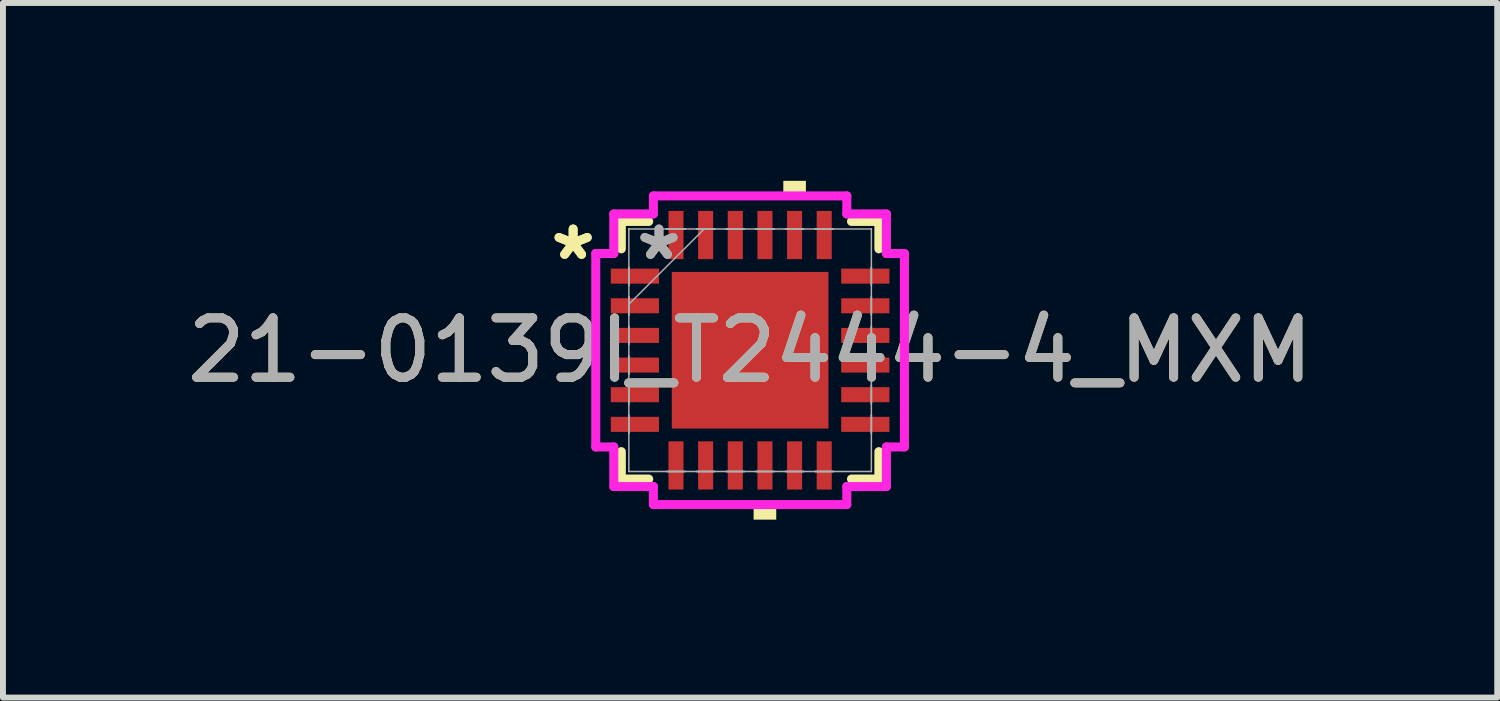
<source format=kicad_pcb>
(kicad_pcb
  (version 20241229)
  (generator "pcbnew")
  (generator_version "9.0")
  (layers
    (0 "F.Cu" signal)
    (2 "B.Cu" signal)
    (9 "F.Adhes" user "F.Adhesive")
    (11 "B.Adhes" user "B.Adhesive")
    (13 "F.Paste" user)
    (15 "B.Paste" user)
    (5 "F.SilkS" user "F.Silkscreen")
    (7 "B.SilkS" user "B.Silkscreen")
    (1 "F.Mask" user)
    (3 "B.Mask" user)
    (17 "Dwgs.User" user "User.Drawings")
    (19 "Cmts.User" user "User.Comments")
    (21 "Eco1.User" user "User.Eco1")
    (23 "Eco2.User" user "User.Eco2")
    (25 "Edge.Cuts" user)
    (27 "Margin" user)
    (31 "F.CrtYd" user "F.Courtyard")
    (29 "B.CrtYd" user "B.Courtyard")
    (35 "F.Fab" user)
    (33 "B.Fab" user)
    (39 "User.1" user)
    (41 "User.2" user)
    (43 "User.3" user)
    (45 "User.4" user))
  (footprint "21-0139I_T2444-4_MXM"
    (layer "F.Cu")
    (at 9.601 2.857)
    (property "Reference" "21-0139I_T2444-4_MXM" (at 0 0 0) (unlocked yes) (layer "F.SilkS") (effects (font (size 1 1) (thickness 0.15))))
    (attr smd)
    (fp_line (start -2.172 -2.172) (end -2.172 -1.71) (stroke (width 0.152) (type solid)) (layer "F.SilkS"))
    (fp_line (start -2.172 1.71) (end -2.172 2.172) (stroke (width 0.152) (type solid)) (layer "F.SilkS"))
    (fp_line (start -2.172 2.172) (end -1.71 2.172) (stroke (width 0.152) (type solid)) (layer "F.SilkS"))
    (fp_line (start -1.71 -2.172) (end -2.172 -2.172) (stroke (width 0.152) (type solid)) (layer "F.SilkS"))
    (fp_line (start 1.71 2.172) (end 2.172 2.172) (stroke (width 0.152) (type solid)) (layer "F.SilkS"))
    (fp_line (start 2.172 -2.172) (end 1.71 -2.172) (stroke (width 0.152) (type solid)) (layer "F.SilkS"))
    (fp_line (start 2.172 -1.71) (end 2.172 -2.172) (stroke (width 0.152) (type solid)) (layer "F.SilkS"))
    (fp_line (start 2.172 2.172) (end 2.172 1.71) (stroke (width 0.152) (type solid)) (layer "F.SilkS"))
    (fp_poly (pts (xy 0.059 2.603) (xy 0.059 2.857) (xy 0.441 2.857) (xy 0.441 2.603)) (stroke (width 0) (type solid)) (fill yes) (layer "F.SilkS"))
    (fp_poly (pts (xy 0.56 -2.603) (xy 0.56 -2.857) (xy 0.941 -2.857) (xy 0.941 -2.603)) (stroke (width 0) (type solid)) (fill yes) (layer "F.SilkS"))
    (fp_poly (pts (xy -1.221 -1.221) (xy -1.221 -0.1) (xy -0.1 -0.1) (xy -0.1 -1.221)) (stroke (width 0) (type solid)) (fill yes) (layer "F.Paste"))
    (fp_poly (pts (xy -1.221 0.1) (xy -1.221 1.221) (xy -0.1 1.221) (xy -0.1 0.1)) (stroke (width 0) (type solid)) (fill yes) (layer "F.Paste"))
    (fp_poly (pts (xy 0.1 -1.221) (xy 0.1 -0.1) (xy 1.221 -0.1) (xy 1.221 -1.221)) (stroke (width 0) (type solid)) (fill yes) (layer "F.Paste"))
    (fp_poly (pts (xy 0.1 0.1) (xy 0.1 1.221) (xy 1.221 1.221) (xy 1.221 0.1)) (stroke (width 0) (type solid)) (fill yes) (layer "F.Paste"))
    (fp_line (start -2.603 -1.631) (end -2.299 -1.631) (stroke (width 0.152) (type solid)) (layer "F.CrtYd"))
    (fp_line (start -2.603 1.631) (end -2.603 -1.631) (stroke (width 0.152) (type solid)) (layer "F.CrtYd"))
    (fp_line (start -2.299 -2.299) (end -1.631 -2.299) (stroke (width 0.152) (type solid)) (layer "F.CrtYd"))
    (fp_line (start -2.299 -1.631) (end -2.299 -2.299) (stroke (width 0.152) (type solid)) (layer "F.CrtYd"))
    (fp_line (start -2.299 1.631) (end -2.603 1.631) (stroke (width 0.152) (type solid)) (layer "F.CrtYd"))
    (fp_line (start -2.299 2.299) (end -2.299 1.631) (stroke (width 0.152) (type solid)) (layer "F.CrtYd"))
    (fp_line (start -1.631 -2.603) (end 1.631 -2.603) (stroke (width 0.152) (type solid)) (layer "F.CrtYd"))
    (fp_line (start -1.631 -2.299) (end -1.631 -2.603) (stroke (width 0.152) (type solid)) (layer "F.CrtYd"))
    (fp_line (start -1.631 2.299) (end -2.299 2.299) (stroke (width 0.152) (type solid)) (layer "F.CrtYd"))
    (fp_line (start -1.631 2.603) (end -1.631 2.299) (stroke (width 0.152) (type solid)) (layer "F.CrtYd"))
    (fp_line (start 1.631 -2.603) (end 1.631 -2.299) (stroke (width 0.152) (type solid)) (layer "F.CrtYd"))
    (fp_line (start 1.631 -2.299) (end 2.299 -2.299) (stroke (width 0.152) (type solid)) (layer "F.CrtYd"))
    (fp_line (start 1.631 2.299) (end 1.631 2.603) (stroke (width 0.152) (type solid)) (layer "F.CrtYd"))
    (fp_line (start 1.631 2.603) (end -1.631 2.603) (stroke (width 0.152) (type solid)) (layer "F.CrtYd"))
    (fp_line (start 2.299 -2.299) (end 2.299 -1.631) (stroke (width 0.152) (type solid)) (layer "F.CrtYd"))
    (fp_line (start 2.299 -1.631) (end 2.603 -1.631) (stroke (width 0.152) (type solid)) (layer "F.CrtYd"))
    (fp_line (start 2.299 1.631) (end 2.299 2.299) (stroke (width 0.152) (type solid)) (layer "F.CrtYd"))
    (fp_line (start 2.299 2.299) (end 1.631 2.299) (stroke (width 0.152) (type solid)) (layer "F.CrtYd"))
    (fp_line (start 2.603 -1.631) (end 2.603 1.631) (stroke (width 0.152) (type solid)) (layer "F.CrtYd"))
    (fp_line (start 2.603 1.631) (end 2.299 1.631) (stroke (width 0.152) (type solid)) (layer "F.CrtYd"))
    (fp_line (start -2.045 -2.045) (end -2.045 -2.045) (stroke (width 0.025) (type solid)) (layer "F.Fab"))
    (fp_line (start -2.045 -2.045) (end -2.045 2.045) (stroke (width 0.025) (type solid)) (layer "F.Fab"))
    (fp_line (start -2.045 -1.402) (end -2.045 -1.402) (stroke (width 0.025) (type solid)) (layer "F.Fab"))
    (fp_line (start -2.045 -1.402) (end -2.045 -1.098) (stroke (width 0.025) (type solid)) (layer "F.Fab"))
    (fp_line (start -2.045 -1.098) (end -2.045 -1.402) (stroke (width 0.025) (type solid)) (layer "F.Fab"))
    (fp_line (start -2.045 -1.098) (end -2.045 -1.098) (stroke (width 0.025) (type solid)) (layer "F.Fab"))
    (fp_line (start -2.045 -0.902) (end -2.045 -0.902) (stroke (width 0.025) (type solid)) (layer "F.Fab"))
    (fp_line (start -2.045 -0.902) (end -2.045 -0.598) (stroke (width 0.025) (type solid)) (layer "F.Fab"))
    (fp_line (start -2.045 -0.775) (end -0.775 -2.045) (stroke (width 0.025) (type solid)) (layer "F.Fab"))
    (fp_line (start -2.045 -0.598) (end -2.045 -0.902) (stroke (width 0.025) (type solid)) (layer "F.Fab"))
    (fp_line (start -2.045 -0.598) (end -2.045 -0.598) (stroke (width 0.025) (type solid)) (layer "F.Fab"))
    (fp_line (start -2.045 -0.402) (end -2.045 -0.402) (stroke (width 0.025) (type solid)) (layer "F.Fab"))
    (fp_line (start -2.045 -0.402) (end -2.045 -0.098) (stroke (width 0.025) (type solid)) (layer "F.Fab"))
    (fp_line (start -2.045 -0.098) (end -2.045 -0.402) (stroke (width 0.025) (type solid)) (layer "F.Fab"))
    (fp_line (start -2.045 -0.098) (end -2.045 -0.098) (stroke (width 0.025) (type solid)) (layer "F.Fab"))
    (fp_line (start -2.045 0.098) (end -2.045 0.098) (stroke (width 0.025) (type solid)) (layer "F.Fab"))
    (fp_line (start -2.045 0.098) (end -2.045 0.402) (stroke (width 0.025) (type solid)) (layer "F.Fab"))
    (fp_line (start -2.045 0.402) (end -2.045 0.098) (stroke (width 0.025) (type solid)) (layer "F.Fab"))
    (fp_line (start -2.045 0.402) (end -2.045 0.402) (stroke (width 0.025) (type solid)) (layer "F.Fab"))
    (fp_line (start -2.045 0.598) (end -2.045 0.598) (stroke (width 0.025) (type solid)) (layer "F.Fab"))
    (fp_line (start -2.045 0.598) (end -2.045 0.902) (stroke (width 0.025) (type solid)) (layer "F.Fab"))
    (fp_line (start -2.045 0.902) (end -2.045 0.598) (stroke (width 0.025) (type solid)) (layer "F.Fab"))
    (fp_line (start -2.045 0.902) (end -2.045 0.902) (stroke (width 0.025) (type solid)) (layer "F.Fab"))
    (fp_line (start -2.045 1.098) (end -2.045 1.098) (stroke (width 0.025) (type solid)) (layer "F.Fab"))
    (fp_line (start -2.045 1.098) (end -2.045 1.402) (stroke (width 0.025) (type solid)) (layer "F.Fab"))
    (fp_line (start -2.045 1.402) (end -2.045 1.098) (stroke (width 0.025) (type solid)) (layer "F.Fab"))
    (fp_line (start -2.045 1.402) (end -2.045 1.402) (stroke (width 0.025) (type solid)) (layer "F.Fab"))
    (fp_line (start -2.045 2.045) (end -2.045 2.045) (stroke (width 0.025) (type solid)) (layer "F.Fab"))
    (fp_line (start -2.045 2.045) (end 2.045 2.045) (stroke (width 0.025) (type solid)) (layer "F.Fab"))
    (fp_line (start -1.402 -2.045) (end -1.402 -2.045) (stroke (width 0.025) (type solid)) (layer "F.Fab"))
    (fp_line (start -1.402 -2.045) (end -1.098 -2.045) (stroke (width 0.025) (type solid)) (layer "F.Fab"))
    (fp_line (start -1.402 2.045) (end -1.402 2.045) (stroke (width 0.025) (type solid)) (layer "F.Fab"))
    (fp_line (start -1.402 2.045) (end -1.098 2.045) (stroke (width 0.025) (type solid)) (layer "F.Fab"))
    (fp_line (start -1.098 -2.045) (end -1.402 -2.045) (stroke (width 0.025) (type solid)) (layer "F.Fab"))
    (fp_line (start -1.098 -2.045) (end -1.098 -2.045) (stroke (width 0.025) (type solid)) (layer "F.Fab"))
    (fp_line (start -1.098 2.045) (end -1.402 2.045) (stroke (width 0.025) (type solid)) (layer "F.Fab"))
    (fp_line (start -1.098 2.045) (end -1.098 2.045) (stroke (width 0.025) (type solid)) (layer "F.Fab"))
    (fp_line (start -0.902 -2.045) (end -0.902 -2.045) (stroke (width 0.025) (type solid)) (layer "F.Fab"))
    (fp_line (start -0.902 -2.045) (end -0.598 -2.045) (stroke (width 0.025) (type solid)) (layer "F.Fab"))
    (fp_line (start -0.902 2.045) (end -0.902 2.045) (stroke (width 0.025) (type solid)) (layer "F.Fab"))
    (fp_line (start -0.902 2.045) (end -0.598 2.045) (stroke (width 0.025) (type solid)) (layer "F.Fab"))
    (fp_line (start -0.598 -2.045) (end -0.902 -2.045) (stroke (width 0.025) (type solid)) (layer "F.Fab"))
    (fp_line (start -0.598 -2.045) (end -0.598 -2.045) (stroke (width 0.025) (type solid)) (layer "F.Fab"))
    (fp_line (start -0.598 2.045) (end -0.902 2.045) (stroke (width 0.025) (type solid)) (layer "F.Fab"))
    (fp_line (start -0.598 2.045) (end -0.598 2.045) (stroke (width 0.025) (type solid)) (layer "F.Fab"))
    (fp_line (start -0.402 -2.045) (end -0.402 -2.045) (stroke (width 0.025) (type solid)) (layer "F.Fab"))
    (fp_line (start -0.402 -2.045) (end -0.098 -2.045) (stroke (width 0.025) (type solid)) (layer "F.Fab"))
    (fp_line (start -0.402 2.045) (end -0.402 2.045) (stroke (width 0.025) (type solid)) (layer "F.Fab"))
    (fp_line (start -0.402 2.045) (end -0.098 2.045) (stroke (width 0.025) (type solid)) (layer "F.Fab"))
    (fp_line (start -0.098 -2.045) (end -0.402 -2.045) (stroke (width 0.025) (type solid)) (layer "F.Fab"))
    (fp_line (start -0.098 -2.045) (end -0.098 -2.045) (stroke (width 0.025) (type solid)) (layer "F.Fab"))
    (fp_line (start -0.098 2.045) (end -0.402 2.045) (stroke (width 0.025) (type solid)) (layer "F.Fab"))
    (fp_line (start -0.098 2.045) (end -0.098 2.045) (stroke (width 0.025) (type solid)) (layer "F.Fab"))
    (fp_line (start 0.098 -2.045) (end 0.098 -2.045) (stroke (width 0.025) (type solid)) (layer "F.Fab"))
    (fp_line (start 0.098 -2.045) (end 0.402 -2.045) (stroke (width 0.025) (type solid)) (layer "F.Fab"))
    (fp_line (start 0.098 2.045) (end 0.098 2.045) (stroke (width 0.025) (type solid)) (layer "F.Fab"))
    (fp_line (start 0.098 2.045) (end 0.402 2.045) (stroke (width 0.025) (type solid)) (layer "F.Fab"))
    (fp_line (start 0.402 -2.045) (end 0.098 -2.045) (stroke (width 0.025) (type solid)) (layer "F.Fab"))
    (fp_line (start 0.402 -2.045) (end 0.402 -2.045) (stroke (width 0.025) (type solid)) (layer "F.Fab"))
    (fp_line (start 0.402 2.045) (end 0.098 2.045) (stroke (width 0.025) (type solid)) (layer "F.Fab"))
    (fp_line (start 0.402 2.045) (end 0.402 2.045) (stroke (width 0.025) (type solid)) (layer "F.Fab"))
    (fp_line (start 0.598 -2.045) (end 0.598 -2.045) (stroke (width 0.025) (type solid)) (layer "F.Fab"))
    (fp_line (start 0.598 -2.045) (end 0.902 -2.045) (stroke (width 0.025) (type solid)) (layer "F.Fab"))
    (fp_line (start 0.598 2.045) (end 0.598 2.045) (stroke (width 0.025) (type solid)) (layer "F.Fab"))
    (fp_line (start 0.598 2.045) (end 0.902 2.045) (stroke (width 0.025) (type solid)) (layer "F.Fab"))
    (fp_line (start 0.902 -2.045) (end 0.598 -2.045) (stroke (width 0.025) (type solid)) (layer "F.Fab"))
    (fp_line (start 0.902 -2.045) (end 0.902 -2.045) (stroke (width 0.025) (type solid)) (layer "F.Fab"))
    (fp_line (start 0.902 2.045) (end 0.598 2.045) (stroke (width 0.025) (type solid)) (layer "F.Fab"))
    (fp_line (start 0.902 2.045) (end 0.902 2.045) (stroke (width 0.025) (type solid)) (layer "F.Fab"))
    (fp_line (start 1.098 -2.045) (end 1.098 -2.045) (stroke (width 0.025) (type solid)) (layer "F.Fab"))
    (fp_line (start 1.098 -2.045) (end 1.402 -2.045) (stroke (width 0.025) (type solid)) (layer "F.Fab"))
    (fp_line (start 1.098 2.045) (end 1.098 2.045) (stroke (width 0.025) (type solid)) (layer "F.Fab"))
    (fp_line (start 1.098 2.045) (end 1.402 2.045) (stroke (width 0.025) (type solid)) (layer "F.Fab"))
    (fp_line (start 1.402 -2.045) (end 1.098 -2.045) (stroke (width 0.025) (type solid)) (layer "F.Fab"))
    (fp_line (start 1.402 -2.045) (end 1.402 -2.045) (stroke (width 0.025) (type solid)) (layer "F.Fab"))
    (fp_line (start 1.402 2.045) (end 1.098 2.045) (stroke (width 0.025) (type solid)) (layer "F.Fab"))
    (fp_line (start 1.402 2.045) (end 1.402 2.045) (stroke (width 0.025) (type solid)) (layer "F.Fab"))
    (fp_line (start 2.045 -2.045) (end -2.045 -2.045) (stroke (width 0.025) (type solid)) (layer "F.Fab"))
    (fp_line (start 2.045 -2.045) (end 2.045 -2.045) (stroke (width 0.025) (type solid)) (layer "F.Fab"))
    (fp_line (start 2.045 -1.402) (end 2.045 -1.402) (stroke (width 0.025) (type solid)) (layer "F.Fab"))
    (fp_line (start 2.045 -1.402) (end 2.045 -1.098) (stroke (width 0.025) (type solid)) (layer "F.Fab"))
    (fp_line (start 2.045 -1.098) (end 2.045 -1.402) (stroke (width 0.025) (type solid)) (layer "F.Fab"))
    (fp_line (start 2.045 -1.098) (end 2.045 -1.098) (stroke (width 0.025) (type solid)) (layer "F.Fab"))
    (fp_line (start 2.045 -0.902) (end 2.045 -0.902) (stroke (width 0.025) (type solid)) (layer "F.Fab"))
    (fp_line (start 2.045 -0.902) (end 2.045 -0.598) (stroke (width 0.025) (type solid)) (layer "F.Fab"))
    (fp_line (start 2.045 -0.598) (end 2.045 -0.902) (stroke (width 0.025) (type solid)) (layer "F.Fab"))
    (fp_line (start 2.045 -0.598) (end 2.045 -0.598) (stroke (width 0.025) (type solid)) (layer "F.Fab"))
    (fp_line (start 2.045 -0.402) (end 2.045 -0.402) (stroke (width 0.025) (type solid)) (layer "F.Fab"))
    (fp_line (start 2.045 -0.402) (end 2.045 -0.098) (stroke (width 0.025) (type solid)) (layer "F.Fab"))
    (fp_line (start 2.045 -0.098) (end 2.045 -0.402) (stroke (width 0.025) (type solid)) (layer "F.Fab"))
    (fp_line (start 2.045 -0.098) (end 2.045 -0.098) (stroke (width 0.025) (type solid)) (layer "F.Fab"))
    (fp_line (start 2.045 0.098) (end 2.045 0.098) (stroke (width 0.025) (type solid)) (layer "F.Fab"))
    (fp_line (start 2.045 0.098) (end 2.045 0.402) (stroke (width 0.025) (type solid)) (layer "F.Fab"))
    (fp_line (start 2.045 0.402) (end 2.045 0.098) (stroke (width 0.025) (type solid)) (layer "F.Fab"))
    (fp_line (start 2.045 0.402) (end 2.045 0.402) (stroke (width 0.025) (type solid)) (layer "F.Fab"))
    (fp_line (start 2.045 0.598) (end 2.045 0.598) (stroke (width 0.025) (type solid)) (layer "F.Fab"))
    (fp_line (start 2.045 0.598) (end 2.045 0.902) (stroke (width 0.025) (type solid)) (layer "F.Fab"))
    (fp_line (start 2.045 0.902) (end 2.045 0.598) (stroke (width 0.025) (type solid)) (layer "F.Fab"))
    (fp_line (start 2.045 0.902) (end 2.045 0.902) (stroke (width 0.025) (type solid)) (layer "F.Fab"))
    (fp_line (start 2.045 1.098) (end 2.045 1.098) (stroke (width 0.025) (type solid)) (layer "F.Fab"))
    (fp_line (start 2.045 1.098) (end 2.045 1.402) (stroke (width 0.025) (type solid)) (layer "F.Fab"))
    (fp_line (start 2.045 1.402) (end 2.045 1.098) (stroke (width 0.025) (type solid)) (layer "F.Fab"))
    (fp_line (start 2.045 1.402) (end 2.045 1.402) (stroke (width 0.025) (type solid)) (layer "F.Fab"))
    (fp_line (start 2.045 2.045) (end 2.045 -2.045) (stroke (width 0.025) (type solid)) (layer "F.Fab"))
    (fp_line (start 2.045 2.045) (end 2.045 2.045) (stroke (width 0.025) (type solid)) (layer "F.Fab"))
    (fp_text user "*" (at -2.985 -1.5 0) (unlocked yes) (layer "F.SilkS") (effects (font (size 1 1) (thickness 0.15))))
    (fp_text user "*" (at -2.985 -1.5 0) (layer "F.SilkS") (effects (font (size 1 1) (thickness 0.15))))
    (fp_text user "*" (at -1.537 -1.5 0) (unlocked yes) (layer "F.Fab") (effects (font (size 1 1) (thickness 0.15))))
    (fp_text user "${REFERENCE}" (at 0 0 0) (unlocked yes) (layer "F.Fab") (effects (font (size 1 1) (thickness 0.15))))
    (fp_text user "*" (at -1.537 -1.5 0) (layer "F.Fab") (effects (font (size 1 1) (thickness 0.15))))
    (pad "1" smd rect (at -1.943 -1.25 90) (size 0.254 0.813) (layers "F.Cu" "F.Mask" "F.Paste"))
    (pad "2" smd rect (at -1.943 -0.75 90) (size 0.254 0.813) (layers "F.Cu" "F.Mask" "F.Paste"))
    (pad "3" smd rect (at -1.943 -0.25 90) (size 0.254 0.813) (layers "F.Cu" "F.Mask" "F.Paste"))
    (pad "4" smd rect (at -1.943 0.25 90) (size 0.254 0.813) (layers "F.Cu" "F.Mask" "F.Paste"))
    (pad "5" smd rect (at -1.943 0.75 90) (size 0.254 0.813) (layers "F.Cu" "F.Mask" "F.Paste"))
    (pad "6" smd rect (at -1.943 1.25 90) (size 0.254 0.813) (layers "F.Cu" "F.Mask" "F.Paste"))
    (pad "7" smd rect (at -1.25 1.943) (size 0.254 0.813) (layers "F.Cu" "F.Mask" "F.Paste"))
    (pad "8" smd rect (at -0.75 1.943) (size 0.254 0.813) (layers "F.Cu" "F.Mask" "F.Paste"))
    (pad "9" smd rect (at -0.25 1.943) (size 0.254 0.813) (layers "F.Cu" "F.Mask" "F.Paste"))
    (pad "10" smd rect (at 0.25 1.943) (size 0.254 0.813) (layers "F.Cu" "F.Mask" "F.Paste"))
    (pad "11" smd rect (at 0.75 1.943) (size 0.254 0.813) (layers "F.Cu" "F.Mask" "F.Paste"))
    (pad "12" smd rect (at 1.25 1.943) (size 0.254 0.813) (layers "F.Cu" "F.Mask" "F.Paste"))
    (pad "13" smd rect (at 1.943 1.25 90) (size 0.254 0.813) (layers "F.Cu" "F.Mask" "F.Paste"))
    (pad "14" smd rect (at 1.943 0.75 90) (size 0.254 0.813) (layers "F.Cu" "F.Mask" "F.Paste"))
    (pad "15" smd rect (at 1.943 0.25 90) (size 0.254 0.813) (layers "F.Cu" "F.Mask" "F.Paste"))
    (pad "16" smd rect (at 1.943 -0.25 90) (size 0.254 0.813) (layers "F.Cu" "F.Mask" "F.Paste"))
    (pad "17" smd rect (at 1.943 -0.75 90) (size 0.254 0.813) (layers "F.Cu" "F.Mask" "F.Paste"))
    (pad "18" smd rect (at 1.943 -1.25 90) (size 0.254 0.813) (layers "F.Cu" "F.Mask" "F.Paste"))
    (pad "19" smd rect (at 1.25 -1.943) (size 0.254 0.813) (layers "F.Cu" "F.Mask" "F.Paste"))
    (pad "20" smd rect (at 0.75 -1.943) (size 0.254 0.813) (layers "F.Cu" "F.Mask" "F.Paste"))
    (pad "21" smd rect (at 0.25 -1.943) (size 0.254 0.813) (layers "F.Cu" "F.Mask" "F.Paste"))
    (pad "22" smd rect (at -0.25 -1.943) (size 0.254 0.813) (layers "F.Cu" "F.Mask" "F.Paste"))
    (pad "23" smd rect (at -0.75 -1.943) (size 0.254 0.813) (layers "F.Cu" "F.Mask" "F.Paste"))
    (pad "24" smd rect (at -1.25 -1.943) (size 0.254 0.813) (layers "F.Cu" "F.Mask" "F.Paste"))
    (pad "25" smd rect (at 0 0) (size 2.642 2.642) (layers "F.Cu" "F.Mask" "F.Paste")))
  (gr_rect
    (start -3 -3)
    (end 22.202 8.715)
    (stroke (width 0.1) (type default))
    (fill no)
    (layer "Edge.Cuts")))
</source>
